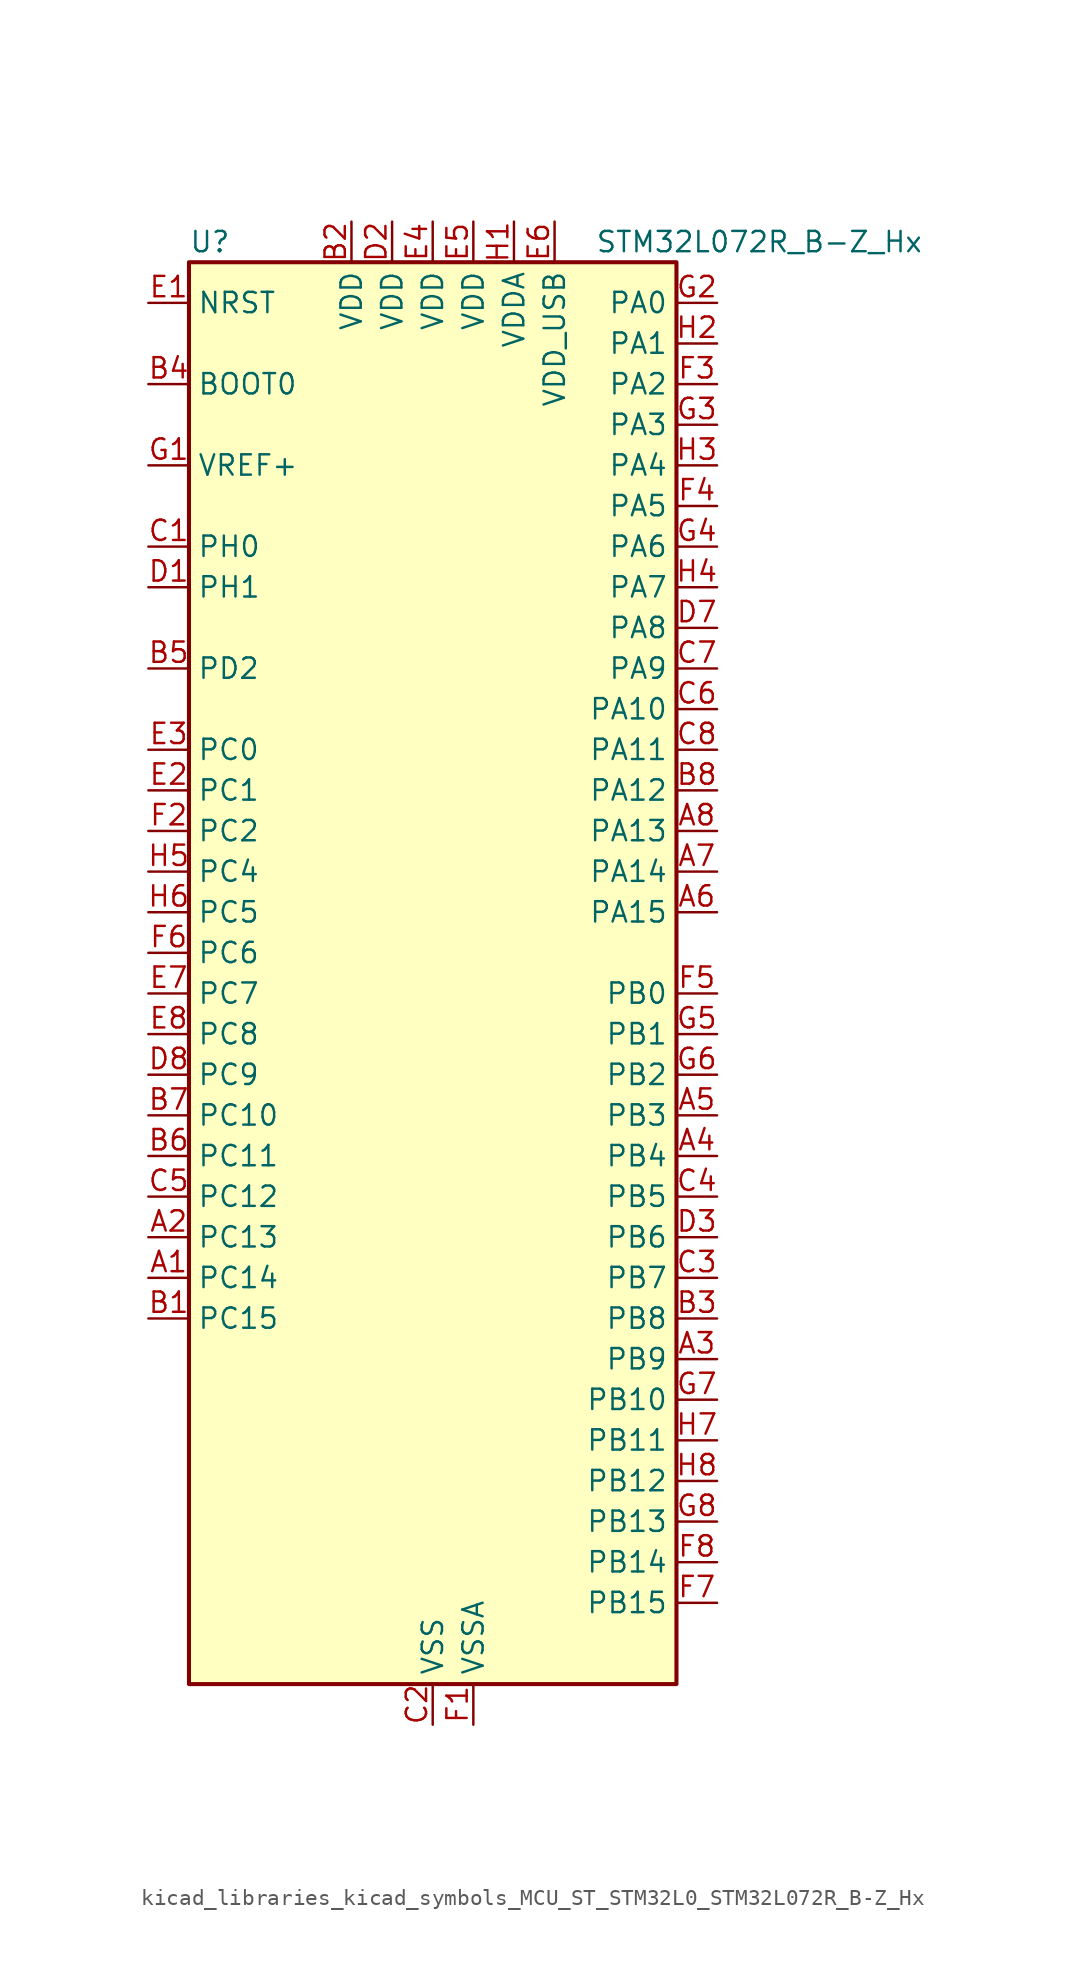
<source format=kicad_sym>
(kicad_symbol_lib
  (version 20220914)
  (generator kicad_symbol_editor)
  (symbol "kicad_libraries_kicad_symbols_MCU_ST_STM32L0_STM32L072R_B-Z_Hx"
    (property "Reference" "U"
      (at -15.24 46.99 0)
      (effects (font (size 1.27 1.27)) (justify left)))
    (property "Value" "STM32L072R_B-Z_Hx"
      (at 10.16 46.99 0)
      (effects (font (size 1.27 1.27)) (justify left)))
    (property "ki_locked" ""
      (at 0 0 0)
      (effects (font (size 1.27 1.27))))
    (symbol "kicad_libraries_kicad_symbols_MCU_ST_STM32L0_STM32L072R_B-Z_Hx_0_1"
      (rectangle (start -15.24 -43.18) (end 15.24 45.72) (stroke (width 0.254) (type default)) (fill (type background))))
    (symbol "kicad_libraries_kicad_symbols_MCU_ST_STM32L0_STM32L072R_B-Z_Hx_1_1"
      (pin bidirectional line (at -17.78 -17.78 0) (length 2.54) (name "PC14" (effects (font (size 1.27 1.27)))) (number "A1" (effects (font (size 1.27 1.27)))) (alternate "RCC_OSC32_IN" bidirectional line))
      (pin bidirectional line (at -17.78 -15.24 0) (length 2.54) (name "PC13" (effects (font (size 1.27 1.27)))) (number "A2" (effects (font (size 1.27 1.27)))) (alternate "RTC_OUT_ALARM" bidirectional line) (alternate "RTC_OUT_CALIB" bidirectional line) (alternate "RTC_TAMP1" bidirectional line) (alternate "RTC_TS" bidirectional line) (alternate "SYS_WKUP2" bidirectional line))
      (pin bidirectional line (at 17.78 -22.86 180) (length 2.54) (name "PB9" (effects (font (size 1.27 1.27)))) (number "A3" (effects (font (size 1.27 1.27)))) (alternate "DAC_EXTI9" bidirectional line) (alternate "I2C1_SDA" bidirectional line) (alternate "I2S2_WS" bidirectional line) (alternate "SPI2_NSS" bidirectional line))
      (pin bidirectional line (at 17.78 -10.16 180) (length 2.54) (name "PB4" (effects (font (size 1.27 1.27)))) (number "A4" (effects (font (size 1.27 1.27)))) (alternate "COMP2_INP" bidirectional line) (alternate "I2C3_SDA" bidirectional line) (alternate "SPI1_MISO" bidirectional line) (alternate "TIM22_CH1" bidirectional line) (alternate "TIM3_CH1" bidirectional line) (alternate "TSC_G5_IO2" bidirectional line) (alternate "USART1_CTS" bidirectional line) (alternate "USART5_RX" bidirectional line))
      (pin bidirectional line (at 17.78 -7.62 180) (length 2.54) (name "PB3" (effects (font (size 1.27 1.27)))) (number "A5" (effects (font (size 1.27 1.27)))) (alternate "COMP2_INM" bidirectional line) (alternate "SPI1_SCK" bidirectional line) (alternate "TIM2_CH2" bidirectional line) (alternate "TSC_G5_IO1" bidirectional line) (alternate "USART1_DE" bidirectional line) (alternate "USART1_RTS" bidirectional line) (alternate "USART5_TX" bidirectional line))
      (pin bidirectional line (at 17.78 5.08 180) (length 2.54) (name "PA15" (effects (font (size 1.27 1.27)))) (number "A6" (effects (font (size 1.27 1.27)))) (alternate "SPI1_NSS" bidirectional line) (alternate "TIM2_CH1" bidirectional line) (alternate "TIM2_ETR" bidirectional line) (alternate "USART2_RX" bidirectional line) (alternate "USART4_DE" bidirectional line) (alternate "USART4_RTS" bidirectional line))
      (pin bidirectional line (at 17.78 7.62 180) (length 2.54) (name "PA14" (effects (font (size 1.27 1.27)))) (number "A7" (effects (font (size 1.27 1.27)))) (alternate "LPUART1_TX" bidirectional line) (alternate "SYS_SWCLK" bidirectional line) (alternate "USART2_TX" bidirectional line))
      (pin bidirectional line (at 17.78 10.16 180) (length 2.54) (name "PA13" (effects (font (size 1.27 1.27)))) (number "A8" (effects (font (size 1.27 1.27)))) (alternate "LPUART1_RX" bidirectional line) (alternate "SYS_SWDIO" bidirectional line) (alternate "USB_NOE" bidirectional line))
      (pin bidirectional line (at -17.78 -20.32 0) (length 2.54) (name "PC15" (effects (font (size 1.27 1.27)))) (number "B1" (effects (font (size 1.27 1.27)))) (alternate "RCC_OSC32_OUT" bidirectional line))
      (pin power_in line (at -5.08 48.26 270) (length 2.54) (name "VDD" (effects (font (size 1.27 1.27)))) (number "B2" (effects (font (size 1.27 1.27)))))
      (pin bidirectional line (at 17.78 -20.32 180) (length 2.54) (name "PB8" (effects (font (size 1.27 1.27)))) (number "B3" (effects (font (size 1.27 1.27)))) (alternate "I2C1_SCL" bidirectional line) (alternate "TSC_SYNC" bidirectional line))
      (pin input line (at -17.78 38.1 0) (length 2.54) (name "BOOT0" (effects (font (size 1.27 1.27)))) (number "B4" (effects (font (size 1.27 1.27)))))
      (pin bidirectional line (at -17.78 20.32 0) (length 2.54) (name "PD2" (effects (font (size 1.27 1.27)))) (number "B5" (effects (font (size 1.27 1.27)))) (alternate "LPUART1_DE" bidirectional line) (alternate "LPUART1_RTS" bidirectional line) (alternate "TIM3_ETR" bidirectional line) (alternate "USART5_RX" bidirectional line))
      (pin bidirectional line (at -17.78 -10.16 0) (length 2.54) (name "PC11" (effects (font (size 1.27 1.27)))) (number "B6" (effects (font (size 1.27 1.27)))) (alternate "ADC_EXTI11" bidirectional line) (alternate "LPUART1_RX" bidirectional line) (alternate "USART4_RX" bidirectional line))
      (pin bidirectional line (at -17.78 -7.62 0) (length 2.54) (name "PC10" (effects (font (size 1.27 1.27)))) (number "B7" (effects (font (size 1.27 1.27)))) (alternate "LPUART1_TX" bidirectional line) (alternate "USART4_TX" bidirectional line))
      (pin bidirectional line (at 17.78 12.7 180) (length 2.54) (name "PA12" (effects (font (size 1.27 1.27)))) (number "B8" (effects (font (size 1.27 1.27)))) (alternate "COMP2_OUT" bidirectional line) (alternate "SPI1_MOSI" bidirectional line) (alternate "TSC_G4_IO4" bidirectional line) (alternate "USART1_DE" bidirectional line) (alternate "USART1_RTS" bidirectional line) (alternate "USB_DP" bidirectional line))
      (pin bidirectional line (at -17.78 27.94 0) (length 2.54) (name "PH0" (effects (font (size 1.27 1.27)))) (number "C1" (effects (font (size 1.27 1.27)))) (alternate "CRS_SYNC" bidirectional line) (alternate "RCC_OSC_IN" bidirectional line))
      (pin power_in line (at 0 -45.72 90) (length 2.54) (name "VSS" (effects (font (size 1.27 1.27)))) (number "C2" (effects (font (size 1.27 1.27)))))
      (pin bidirectional line (at 17.78 -17.78 180) (length 2.54) (name "PB7" (effects (font (size 1.27 1.27)))) (number "C3" (effects (font (size 1.27 1.27)))) (alternate "COMP2_INP" bidirectional line) (alternate "I2C1_SDA" bidirectional line) (alternate "LPTIM1_IN2" bidirectional line) (alternate "SYS_PVD_IN" bidirectional line) (alternate "TSC_G5_IO4" bidirectional line) (alternate "USART1_RX" bidirectional line) (alternate "USART4_CTS" bidirectional line))
      (pin bidirectional line (at 17.78 -12.7 180) (length 2.54) (name "PB5" (effects (font (size 1.27 1.27)))) (number "C4" (effects (font (size 1.27 1.27)))) (alternate "COMP2_INP" bidirectional line) (alternate "I2C1_SMBA" bidirectional line) (alternate "LPTIM1_IN1" bidirectional line) (alternate "SPI1_MOSI" bidirectional line) (alternate "TIM22_CH2" bidirectional line) (alternate "TIM3_CH2" bidirectional line) (alternate "USART1_CK" bidirectional line) (alternate "USART5_CK" bidirectional line) (alternate "USART5_DE" bidirectional line) (alternate "USART5_RTS" bidirectional line))
      (pin bidirectional line (at -17.78 -12.7 0) (length 2.54) (name "PC12" (effects (font (size 1.27 1.27)))) (number "C5" (effects (font (size 1.27 1.27)))) (alternate "USART4_CK" bidirectional line) (alternate "USART5_TX" bidirectional line))
      (pin bidirectional line (at 17.78 17.78 180) (length 2.54) (name "PA10" (effects (font (size 1.27 1.27)))) (number "C6" (effects (font (size 1.27 1.27)))) (alternate "I2C1_SDA" bidirectional line) (alternate "TSC_G4_IO2" bidirectional line) (alternate "USART1_RX" bidirectional line))
      (pin bidirectional line (at 17.78 20.32 180) (length 2.54) (name "PA9" (effects (font (size 1.27 1.27)))) (number "C7" (effects (font (size 1.27 1.27)))) (alternate "DAC_EXTI9" bidirectional line) (alternate "I2C1_SCL" bidirectional line) (alternate "I2C3_SMBA" bidirectional line) (alternate "RCC_MCO" bidirectional line) (alternate "TSC_G4_IO1" bidirectional line) (alternate "USART1_TX" bidirectional line))
      (pin bidirectional line (at 17.78 15.24 180) (length 2.54) (name "PA11" (effects (font (size 1.27 1.27)))) (number "C8" (effects (font (size 1.27 1.27)))) (alternate "ADC_EXTI11" bidirectional line) (alternate "COMP1_OUT" bidirectional line) (alternate "SPI1_MISO" bidirectional line) (alternate "TSC_G4_IO3" bidirectional line) (alternate "USART1_CTS" bidirectional line) (alternate "USB_DM" bidirectional line))
      (pin bidirectional line (at -17.78 25.4 0) (length 2.54) (name "PH1" (effects (font (size 1.27 1.27)))) (number "D1" (effects (font (size 1.27 1.27)))) (alternate "RCC_OSC_OUT" bidirectional line))
      (pin power_in line (at -2.54 48.26 270) (length 2.54) (name "VDD" (effects (font (size 1.27 1.27)))) (number "D2" (effects (font (size 1.27 1.27)))))
      (pin bidirectional line (at 17.78 -15.24 180) (length 2.54) (name "PB6" (effects (font (size 1.27 1.27)))) (number "D3" (effects (font (size 1.27 1.27)))) (alternate "COMP2_INP" bidirectional line) (alternate "I2C1_SCL" bidirectional line) (alternate "LPTIM1_ETR" bidirectional line) (alternate "TSC_G5_IO3" bidirectional line) (alternate "USART1_TX" bidirectional line))
      (pin passive line (at 0 -45.72 90) (length 2.54) hide (name "VSS" (effects (font (size 1.27 1.27)))) (number "D4" (effects (font (size 1.27 1.27)))))
      (pin passive line (at 0 -45.72 90) (length 2.54) hide (name "VSS" (effects (font (size 1.27 1.27)))) (number "D5" (effects (font (size 1.27 1.27)))))
      (pin passive line (at 0 -45.72 90) (length 2.54) hide (name "VSS" (effects (font (size 1.27 1.27)))) (number "D6" (effects (font (size 1.27 1.27)))))
      (pin bidirectional line (at 17.78 22.86 180) (length 2.54) (name "PA8" (effects (font (size 1.27 1.27)))) (number "D7" (effects (font (size 1.27 1.27)))) (alternate "CRS_SYNC" bidirectional line) (alternate "I2C3_SCL" bidirectional line) (alternate "RCC_MCO" bidirectional line) (alternate "USART1_CK" bidirectional line))
      (pin bidirectional line (at -17.78 -5.08 0) (length 2.54) (name "PC9" (effects (font (size 1.27 1.27)))) (number "D8" (effects (font (size 1.27 1.27)))) (alternate "DAC_EXTI9" bidirectional line) (alternate "I2C3_SDA" bidirectional line) (alternate "TIM21_ETR" bidirectional line) (alternate "TIM3_CH4" bidirectional line) (alternate "TSC_G8_IO4" bidirectional line) (alternate "USB_NOE" bidirectional line))
      (pin input line (at -17.78 43.18 0) (length 2.54) (name "NRST" (effects (font (size 1.27 1.27)))) (number "E1" (effects (font (size 1.27 1.27)))))
      (pin bidirectional line (at -17.78 12.7 0) (length 2.54) (name "PC1" (effects (font (size 1.27 1.27)))) (number "E2" (effects (font (size 1.27 1.27)))) (alternate "ADC_IN11" bidirectional line) (alternate "I2C3_SDA" bidirectional line) (alternate "LPTIM1_OUT" bidirectional line) (alternate "LPUART1_TX" bidirectional line) (alternate "TSC_G7_IO2" bidirectional line))
      (pin bidirectional line (at -17.78 15.24 0) (length 2.54) (name "PC0" (effects (font (size 1.27 1.27)))) (number "E3" (effects (font (size 1.27 1.27)))) (alternate "ADC_IN10" bidirectional line) (alternate "I2C3_SCL" bidirectional line) (alternate "LPTIM1_IN1" bidirectional line) (alternate "LPUART1_RX" bidirectional line) (alternate "TSC_G7_IO1" bidirectional line))
      (pin power_in line (at 0 48.26 270) (length 2.54) (name "VDD" (effects (font (size 1.27 1.27)))) (number "E4" (effects (font (size 1.27 1.27)))))
      (pin power_in line (at 2.54 48.26 270) (length 2.54) (name "VDD" (effects (font (size 1.27 1.27)))) (number "E5" (effects (font (size 1.27 1.27)))))
      (pin power_in line (at 7.62 48.26 270) (length 2.54) (name "VDD_USB" (effects (font (size 1.27 1.27)))) (number "E6" (effects (font (size 1.27 1.27)))))
      (pin bidirectional line (at -17.78 0 0) (length 2.54) (name "PC7" (effects (font (size 1.27 1.27)))) (number "E7" (effects (font (size 1.27 1.27)))) (alternate "TIM22_CH2" bidirectional line) (alternate "TIM3_CH2" bidirectional line) (alternate "TSC_G8_IO2" bidirectional line))
      (pin bidirectional line (at -17.78 -2.54 0) (length 2.54) (name "PC8" (effects (font (size 1.27 1.27)))) (number "E8" (effects (font (size 1.27 1.27)))) (alternate "TIM22_ETR" bidirectional line) (alternate "TIM3_CH3" bidirectional line) (alternate "TSC_G8_IO3" bidirectional line))
      (pin power_in line (at 2.54 -45.72 90) (length 2.54) (name "VSSA" (effects (font (size 1.27 1.27)))) (number "F1" (effects (font (size 1.27 1.27)))))
      (pin bidirectional line (at -17.78 10.16 0) (length 2.54) (name "PC2" (effects (font (size 1.27 1.27)))) (number "F2" (effects (font (size 1.27 1.27)))) (alternate "ADC_IN12" bidirectional line) (alternate "I2S2_MCK" bidirectional line) (alternate "LPTIM1_IN2" bidirectional line) (alternate "SPI2_MISO" bidirectional line) (alternate "TSC_G7_IO3" bidirectional line))
      (pin bidirectional line (at 17.78 38.1 180) (length 2.54) (name "PA2" (effects (font (size 1.27 1.27)))) (number "F3" (effects (font (size 1.27 1.27)))) (alternate "ADC_IN2" bidirectional line) (alternate "COMP2_INM" bidirectional line) (alternate "COMP2_OUT" bidirectional line) (alternate "LPUART1_TX" bidirectional line) (alternate "TIM21_CH1" bidirectional line) (alternate "TIM2_CH3" bidirectional line) (alternate "TSC_G1_IO3" bidirectional line) (alternate "USART2_TX" bidirectional line))
      (pin bidirectional line (at 17.78 30.48 180) (length 2.54) (name "PA5" (effects (font (size 1.27 1.27)))) (number "F4" (effects (font (size 1.27 1.27)))) (alternate "ADC_IN5" bidirectional line) (alternate "COMP1_INM" bidirectional line) (alternate "COMP2_INM" bidirectional line) (alternate "DAC_OUT2" bidirectional line) (alternate "SPI1_SCK" bidirectional line) (alternate "TIM2_CH1" bidirectional line) (alternate "TIM2_ETR" bidirectional line) (alternate "TSC_G2_IO2" bidirectional line))
      (pin bidirectional line (at 17.78 0 180) (length 2.54) (name "PB0" (effects (font (size 1.27 1.27)))) (number "F5" (effects (font (size 1.27 1.27)))) (alternate "ADC_IN8" bidirectional line) (alternate "SYS_VREF_OUT_PB0" bidirectional line) (alternate "TIM3_CH3" bidirectional line) (alternate "TSC_G3_IO2" bidirectional line))
      (pin bidirectional line (at -17.78 2.54 0) (length 2.54) (name "PC6" (effects (font (size 1.27 1.27)))) (number "F6" (effects (font (size 1.27 1.27)))) (alternate "TIM22_CH1" bidirectional line) (alternate "TIM3_CH1" bidirectional line) (alternate "TSC_G8_IO1" bidirectional line))
      (pin bidirectional line (at 17.78 -38.1 180) (length 2.54) (name "PB15" (effects (font (size 1.27 1.27)))) (number "F7" (effects (font (size 1.27 1.27)))) (alternate "I2S2_SD" bidirectional line) (alternate "RTC_REFIN" bidirectional line) (alternate "SPI2_MOSI" bidirectional line))
      (pin bidirectional line (at 17.78 -35.56 180) (length 2.54) (name "PB14" (effects (font (size 1.27 1.27)))) (number "F8" (effects (font (size 1.27 1.27)))) (alternate "I2C2_SDA" bidirectional line) (alternate "I2S2_MCK" bidirectional line) (alternate "LPUART1_DE" bidirectional line) (alternate "LPUART1_RTS" bidirectional line) (alternate "RTC_OUT_ALARM" bidirectional line) (alternate "RTC_OUT_CALIB" bidirectional line) (alternate "SPI2_MISO" bidirectional line) (alternate "TIM21_CH2" bidirectional line) (alternate "TSC_G6_IO4" bidirectional line))
      (pin input line (at -17.78 33.02 0) (length 2.54) (name "VREF+" (effects (font (size 1.27 1.27)))) (number "G1" (effects (font (size 1.27 1.27)))))
      (pin bidirectional line (at 17.78 43.18 180) (length 2.54) (name "PA0" (effects (font (size 1.27 1.27)))) (number "G2" (effects (font (size 1.27 1.27)))) (alternate "ADC_IN0" bidirectional line) (alternate "COMP1_INM" bidirectional line) (alternate "COMP1_OUT" bidirectional line) (alternate "RTC_TAMP2" bidirectional line) (alternate "SYS_WKUP1" bidirectional line) (alternate "TIM2_CH1" bidirectional line) (alternate "TIM2_ETR" bidirectional line) (alternate "TSC_G1_IO1" bidirectional line) (alternate "USART2_CTS" bidirectional line) (alternate "USART4_TX" bidirectional line))
      (pin bidirectional line (at 17.78 35.56 180) (length 2.54) (name "PA3" (effects (font (size 1.27 1.27)))) (number "G3" (effects (font (size 1.27 1.27)))) (alternate "ADC_IN3" bidirectional line) (alternate "COMP2_INP" bidirectional line) (alternate "LPUART1_RX" bidirectional line) (alternate "TIM21_CH2" bidirectional line) (alternate "TIM2_CH4" bidirectional line) (alternate "TSC_G1_IO4" bidirectional line) (alternate "USART2_RX" bidirectional line))
      (pin bidirectional line (at 17.78 27.94 180) (length 2.54) (name "PA6" (effects (font (size 1.27 1.27)))) (number "G4" (effects (font (size 1.27 1.27)))) (alternate "ADC_IN6" bidirectional line) (alternate "COMP1_OUT" bidirectional line) (alternate "LPUART1_CTS" bidirectional line) (alternate "SPI1_MISO" bidirectional line) (alternate "TIM22_CH1" bidirectional line) (alternate "TIM3_CH1" bidirectional line) (alternate "TSC_G2_IO3" bidirectional line))
      (pin bidirectional line (at 17.78 -2.54 180) (length 2.54) (name "PB1" (effects (font (size 1.27 1.27)))) (number "G5" (effects (font (size 1.27 1.27)))) (alternate "ADC_IN9" bidirectional line) (alternate "LPUART1_DE" bidirectional line) (alternate "LPUART1_RTS" bidirectional line) (alternate "SYS_VREF_OUT_PB1" bidirectional line) (alternate "TIM3_CH4" bidirectional line) (alternate "TSC_G3_IO3" bidirectional line))
      (pin bidirectional line (at 17.78 -5.08 180) (length 2.54) (name "PB2" (effects (font (size 1.27 1.27)))) (number "G6" (effects (font (size 1.27 1.27)))) (alternate "I2C3_SMBA" bidirectional line) (alternate "LPTIM1_OUT" bidirectional line) (alternate "TSC_G3_IO4" bidirectional line))
      (pin bidirectional line (at 17.78 -25.4 180) (length 2.54) (name "PB10" (effects (font (size 1.27 1.27)))) (number "G7" (effects (font (size 1.27 1.27)))) (alternate "I2C2_SCL" bidirectional line) (alternate "LPUART1_RX" bidirectional line) (alternate "LPUART1_TX" bidirectional line) (alternate "SPI2_SCK" bidirectional line) (alternate "TIM2_CH3" bidirectional line) (alternate "TSC_SYNC" bidirectional line))
      (pin bidirectional line (at 17.78 -33.02 180) (length 2.54) (name "PB13" (effects (font (size 1.27 1.27)))) (number "G8" (effects (font (size 1.27 1.27)))) (alternate "I2C2_SCL" bidirectional line) (alternate "I2S2_CK" bidirectional line) (alternate "LPUART1_CTS" bidirectional line) (alternate "RCC_MCO" bidirectional line) (alternate "SPI2_SCK" bidirectional line) (alternate "TIM21_CH1" bidirectional line) (alternate "TSC_G6_IO3" bidirectional line))
      (pin power_in line (at 5.08 48.26 270) (length 2.54) (name "VDDA" (effects (font (size 1.27 1.27)))) (number "H1" (effects (font (size 1.27 1.27)))))
      (pin bidirectional line (at 17.78 40.64 180) (length 2.54) (name "PA1" (effects (font (size 1.27 1.27)))) (number "H2" (effects (font (size 1.27 1.27)))) (alternate "ADC_IN1" bidirectional line) (alternate "COMP1_INP" bidirectional line) (alternate "TIM21_ETR" bidirectional line) (alternate "TIM2_CH2" bidirectional line) (alternate "TSC_G1_IO2" bidirectional line) (alternate "USART2_DE" bidirectional line) (alternate "USART2_RTS" bidirectional line) (alternate "USART4_RX" bidirectional line))
      (pin bidirectional line (at 17.78 33.02 180) (length 2.54) (name "PA4" (effects (font (size 1.27 1.27)))) (number "H3" (effects (font (size 1.27 1.27)))) (alternate "ADC_IN4" bidirectional line) (alternate "COMP1_INM" bidirectional line) (alternate "COMP2_INM" bidirectional line) (alternate "DAC_OUT1" bidirectional line) (alternate "SPI1_NSS" bidirectional line) (alternate "TIM22_ETR" bidirectional line) (alternate "TSC_G2_IO1" bidirectional line) (alternate "USART2_CK" bidirectional line))
      (pin bidirectional line (at 17.78 25.4 180) (length 2.54) (name "PA7" (effects (font (size 1.27 1.27)))) (number "H4" (effects (font (size 1.27 1.27)))) (alternate "ADC_IN7" bidirectional line) (alternate "COMP2_OUT" bidirectional line) (alternate "SPI1_MOSI" bidirectional line) (alternate "TIM22_CH2" bidirectional line) (alternate "TIM3_CH2" bidirectional line) (alternate "TSC_G2_IO4" bidirectional line))
      (pin bidirectional line (at -17.78 7.62 0) (length 2.54) (name "PC4" (effects (font (size 1.27 1.27)))) (number "H5" (effects (font (size 1.27 1.27)))) (alternate "ADC_IN14" bidirectional line) (alternate "LPUART1_TX" bidirectional line))
      (pin bidirectional line (at -17.78 5.08 0) (length 2.54) (name "PC5" (effects (font (size 1.27 1.27)))) (number "H6" (effects (font (size 1.27 1.27)))) (alternate "ADC_IN15" bidirectional line) (alternate "LPUART1_RX" bidirectional line) (alternate "TSC_G3_IO1" bidirectional line))
      (pin bidirectional line (at 17.78 -27.94 180) (length 2.54) (name "PB11" (effects (font (size 1.27 1.27)))) (number "H7" (effects (font (size 1.27 1.27)))) (alternate "ADC_EXTI11" bidirectional line) (alternate "I2C2_SDA" bidirectional line) (alternate "LPUART1_RX" bidirectional line) (alternate "LPUART1_TX" bidirectional line) (alternate "TIM2_CH4" bidirectional line) (alternate "TSC_G6_IO1" bidirectional line))
      (pin bidirectional line (at 17.78 -30.48 180) (length 2.54) (name "PB12" (effects (font (size 1.27 1.27)))) (number "H8" (effects (font (size 1.27 1.27)))) (alternate "I2S2_WS" bidirectional line) (alternate "LPUART1_DE" bidirectional line) (alternate "LPUART1_RTS" bidirectional line) (alternate "SPI2_NSS" bidirectional line) (alternate "TSC_G6_IO2" bidirectional line)))))
</source>
